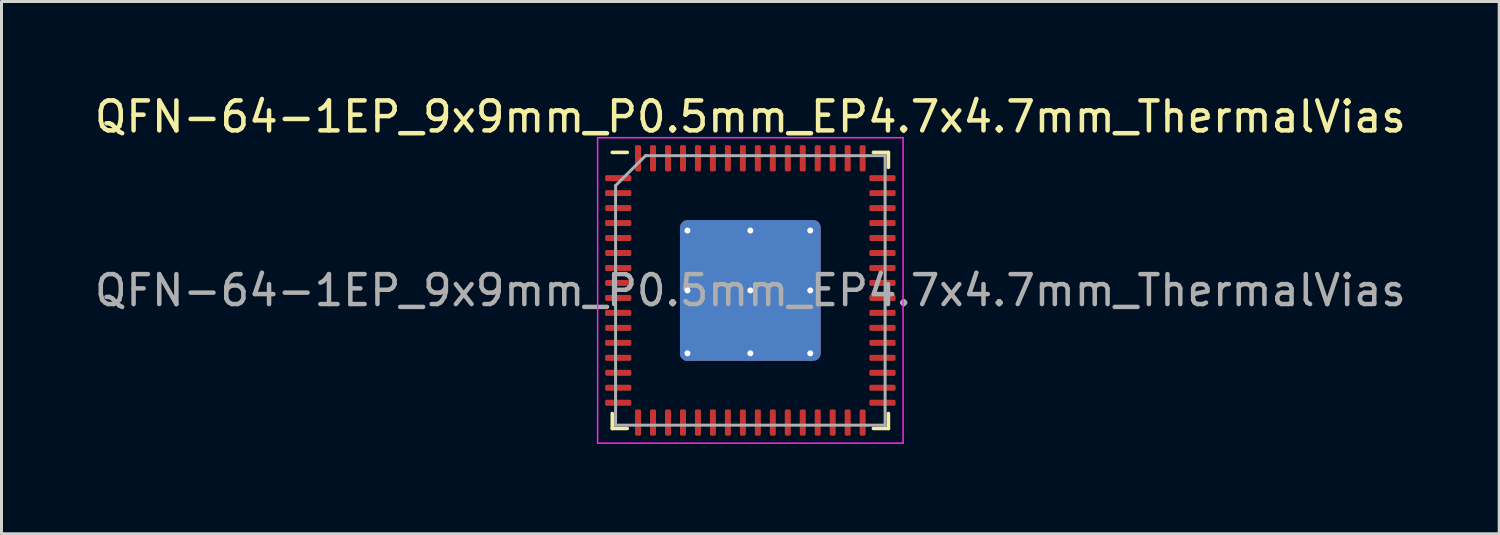
<source format=kicad_pcb>
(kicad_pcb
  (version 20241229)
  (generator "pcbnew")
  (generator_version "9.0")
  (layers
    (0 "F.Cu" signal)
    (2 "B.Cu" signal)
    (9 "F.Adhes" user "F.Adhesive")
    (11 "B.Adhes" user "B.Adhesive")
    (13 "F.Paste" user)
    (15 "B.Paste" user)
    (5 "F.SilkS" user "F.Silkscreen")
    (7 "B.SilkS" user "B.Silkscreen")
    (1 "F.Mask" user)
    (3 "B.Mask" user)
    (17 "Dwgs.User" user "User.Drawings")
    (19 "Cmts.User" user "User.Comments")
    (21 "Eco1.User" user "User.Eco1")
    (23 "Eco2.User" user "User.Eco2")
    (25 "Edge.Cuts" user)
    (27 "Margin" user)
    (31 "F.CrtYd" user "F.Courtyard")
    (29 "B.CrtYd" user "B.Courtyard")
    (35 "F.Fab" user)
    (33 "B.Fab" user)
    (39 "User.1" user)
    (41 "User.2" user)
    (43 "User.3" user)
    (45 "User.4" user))
  (footprint "QFN-64-1EP_9x9mm_P0.5mm_EP4.7x4.7mm_ThermalVias"
    (layer "F.Cu")
    (at 22.006 6.648)
    (property "Reference" "QFN-64-1EP_9x9mm_P0.5mm_EP4.7x4.7mm_ThermalVias" (at 0 -5.8 0) (layer "F.SilkS") (effects (font (size 1 1) (thickness 0.15))))
    (attr smd)
    (fp_line (start -4.61 4.61) (end -4.61 4.11) (stroke (width 0.12) (type solid)) (layer "F.SilkS"))
    (fp_line (start -4.11 -4.61) (end -4.61 -4.61) (stroke (width 0.12) (type solid)) (layer "F.SilkS"))
    (fp_line (start -4.11 4.61) (end -4.61 4.61) (stroke (width 0.12) (type solid)) (layer "F.SilkS"))
    (fp_line (start 4.11 -4.61) (end 4.61 -4.61) (stroke (width 0.12) (type solid)) (layer "F.SilkS"))
    (fp_line (start 4.11 4.61) (end 4.61 4.61) (stroke (width 0.12) (type solid)) (layer "F.SilkS"))
    (fp_line (start 4.61 -4.61) (end 4.61 -4.11) (stroke (width 0.12) (type solid)) (layer "F.SilkS"))
    (fp_line (start 4.61 4.61) (end 4.61 4.11) (stroke (width 0.12) (type solid)) (layer "F.SilkS"))
    (fp_line (start -5.1 -5.1) (end -5.1 5.1) (stroke (width 0.05) (type solid)) (layer "F.CrtYd"))
    (fp_line (start -5.1 5.1) (end 5.1 5.1) (stroke (width 0.05) (type solid)) (layer "F.CrtYd"))
    (fp_line (start 5.1 -5.1) (end -5.1 -5.1) (stroke (width 0.05) (type solid)) (layer "F.CrtYd"))
    (fp_line (start 5.1 5.1) (end 5.1 -5.1) (stroke (width 0.05) (type solid)) (layer "F.CrtYd"))
    (fp_line (start -4.5 -3.5) (end -3.5 -4.5) (stroke (width 0.1) (type solid)) (layer "F.Fab"))
    (fp_line (start -4.5 4.5) (end -4.5 -3.5) (stroke (width 0.1) (type solid)) (layer "F.Fab"))
    (fp_line (start -3.5 -4.5) (end 4.5 -4.5) (stroke (width 0.1) (type solid)) (layer "F.Fab"))
    (fp_line (start 4.5 -4.5) (end 4.5 4.5) (stroke (width 0.1) (type solid)) (layer "F.Fab"))
    (fp_line (start 4.5 4.5) (end -4.5 4.5) (stroke (width 0.1) (type solid)) (layer "F.Fab"))
    (fp_text user "${REFERENCE}" (at 0 0 0) (layer "F.Fab") (effects (font (size 1 1) (thickness 0.15))))
    (pad "" smd roundrect (at -1.4 -1.4) (size 1.263 1.263) (layers "F.Paste") (roundrect_rratio 0.198))
    (pad "" smd roundrect (at -1.4 0) (size 1.263 1.263) (layers "F.Paste") (roundrect_rratio 0.198))
    (pad "" smd roundrect (at -1.4 1.4) (size 1.263 1.263) (layers "F.Paste") (roundrect_rratio 0.198))
    (pad "" smd roundrect (at 0 -1.4) (size 1.263 1.263) (layers "F.Paste") (roundrect_rratio 0.198))
    (pad "" smd roundrect (at 0 0) (size 1.263 1.263) (layers "F.Paste") (roundrect_rratio 0.198))
    (pad "" smd roundrect (at 0 1.4) (size 1.263 1.263) (layers "F.Paste") (roundrect_rratio 0.198))
    (pad "" smd roundrect (at 1.4 -1.4) (size 1.263 1.263) (layers "F.Paste") (roundrect_rratio 0.198))
    (pad "" smd roundrect (at 1.4 0) (size 1.263 1.263) (layers "F.Paste") (roundrect_rratio 0.198))
    (pad "" smd roundrect (at 1.4 1.4) (size 1.263 1.263) (layers "F.Paste") (roundrect_rratio 0.198))
    (pad "1" smd roundrect (at -4.412 -3.75) (size 0.875 0.2) (layers "F.Cu" "F.Mask" "F.Paste") (roundrect_rratio 0.25))
    (pad "2" smd roundrect (at -4.412 -3.25) (size 0.875 0.2) (layers "F.Cu" "F.Mask" "F.Paste") (roundrect_rratio 0.25))
    (pad "3" smd roundrect (at -4.412 -2.75) (size 0.875 0.2) (layers "F.Cu" "F.Mask" "F.Paste") (roundrect_rratio 0.25))
    (pad "4" smd roundrect (at -4.412 -2.25) (size 0.875 0.2) (layers "F.Cu" "F.Mask" "F.Paste") (roundrect_rratio 0.25))
    (pad "5" smd roundrect (at -4.412 -1.75) (size 0.875 0.2) (layers "F.Cu" "F.Mask" "F.Paste") (roundrect_rratio 0.25))
    (pad "6" smd roundrect (at -4.412 -1.25) (size 0.875 0.2) (layers "F.Cu" "F.Mask" "F.Paste") (roundrect_rratio 0.25))
    (pad "7" smd roundrect (at -4.412 -0.75) (size 0.875 0.2) (layers "F.Cu" "F.Mask" "F.Paste") (roundrect_rratio 0.25))
    (pad "8" smd roundrect (at -4.412 -0.25) (size 0.875 0.2) (layers "F.Cu" "F.Mask" "F.Paste") (roundrect_rratio 0.25))
    (pad "9" smd roundrect (at -4.412 0.25) (size 0.875 0.2) (layers "F.Cu" "F.Mask" "F.Paste") (roundrect_rratio 0.25))
    (pad "10" smd roundrect (at -4.412 0.75) (size 0.875 0.2) (layers "F.Cu" "F.Mask" "F.Paste") (roundrect_rratio 0.25))
    (pad "11" smd roundrect (at -4.412 1.25) (size 0.875 0.2) (layers "F.Cu" "F.Mask" "F.Paste") (roundrect_rratio 0.25))
    (pad "12" smd roundrect (at -4.412 1.75) (size 0.875 0.2) (layers "F.Cu" "F.Mask" "F.Paste") (roundrect_rratio 0.25))
    (pad "13" smd roundrect (at -4.412 2.25) (size 0.875 0.2) (layers "F.Cu" "F.Mask" "F.Paste") (roundrect_rratio 0.25))
    (pad "14" smd roundrect (at -4.412 2.75) (size 0.875 0.2) (layers "F.Cu" "F.Mask" "F.Paste") (roundrect_rratio 0.25))
    (pad "15" smd roundrect (at -4.412 3.25) (size 0.875 0.2) (layers "F.Cu" "F.Mask" "F.Paste") (roundrect_rratio 0.25))
    (pad "16" smd roundrect (at -4.412 3.75) (size 0.875 0.2) (layers "F.Cu" "F.Mask" "F.Paste") (roundrect_rratio 0.25))
    (pad "17" smd roundrect (at -3.75 4.412) (size 0.2 0.875) (layers "F.Cu" "F.Mask" "F.Paste") (roundrect_rratio 0.25))
    (pad "18" smd roundrect (at -3.25 4.412) (size 0.2 0.875) (layers "F.Cu" "F.Mask" "F.Paste") (roundrect_rratio 0.25))
    (pad "19" smd roundrect (at -2.75 4.412) (size 0.2 0.875) (layers "F.Cu" "F.Mask" "F.Paste") (roundrect_rratio 0.25))
    (pad "20" smd roundrect (at -2.25 4.412) (size 0.2 0.875) (layers "F.Cu" "F.Mask" "F.Paste") (roundrect_rratio 0.25))
    (pad "21" smd roundrect (at -1.75 4.412) (size 0.2 0.875) (layers "F.Cu" "F.Mask" "F.Paste") (roundrect_rratio 0.25))
    (pad "22" smd roundrect (at -1.25 4.412) (size 0.2 0.875) (layers "F.Cu" "F.Mask" "F.Paste") (roundrect_rratio 0.25))
    (pad "23" smd roundrect (at -0.75 4.412) (size 0.2 0.875) (layers "F.Cu" "F.Mask" "F.Paste") (roundrect_rratio 0.25))
    (pad "24" smd roundrect (at -0.25 4.412) (size 0.2 0.875) (layers "F.Cu" "F.Mask" "F.Paste") (roundrect_rratio 0.25))
    (pad "25" smd roundrect (at 0.25 4.412) (size 0.2 0.875) (layers "F.Cu" "F.Mask" "F.Paste") (roundrect_rratio 0.25))
    (pad "26" smd roundrect (at 0.75 4.412) (size 0.2 0.875) (layers "F.Cu" "F.Mask" "F.Paste") (roundrect_rratio 0.25))
    (pad "27" smd roundrect (at 1.25 4.412) (size 0.2 0.875) (layers "F.Cu" "F.Mask" "F.Paste") (roundrect_rratio 0.25))
    (pad "28" smd roundrect (at 1.75 4.412) (size 0.2 0.875) (layers "F.Cu" "F.Mask" "F.Paste") (roundrect_rratio 0.25))
    (pad "29" smd roundrect (at 2.25 4.412) (size 0.2 0.875) (layers "F.Cu" "F.Mask" "F.Paste") (roundrect_rratio 0.25))
    (pad "30" smd roundrect (at 2.75 4.412) (size 0.2 0.875) (layers "F.Cu" "F.Mask" "F.Paste") (roundrect_rratio 0.25))
    (pad "31" smd roundrect (at 3.25 4.412) (size 0.2 0.875) (layers "F.Cu" "F.Mask" "F.Paste") (roundrect_rratio 0.25))
    (pad "32" smd roundrect (at 3.75 4.412) (size 0.2 0.875) (layers "F.Cu" "F.Mask" "F.Paste") (roundrect_rratio 0.25))
    (pad "33" smd roundrect (at 4.412 3.75) (size 0.875 0.2) (layers "F.Cu" "F.Mask" "F.Paste") (roundrect_rratio 0.25))
    (pad "34" smd roundrect (at 4.412 3.25) (size 0.875 0.2) (layers "F.Cu" "F.Mask" "F.Paste") (roundrect_rratio 0.25))
    (pad "35" smd roundrect (at 4.412 2.75) (size 0.875 0.2) (layers "F.Cu" "F.Mask" "F.Paste") (roundrect_rratio 0.25))
    (pad "36" smd roundrect (at 4.412 2.25) (size 0.875 0.2) (layers "F.Cu" "F.Mask" "F.Paste") (roundrect_rratio 0.25))
    (pad "37" smd roundrect (at 4.412 1.75) (size 0.875 0.2) (layers "F.Cu" "F.Mask" "F.Paste") (roundrect_rratio 0.25))
    (pad "38" smd roundrect (at 4.412 1.25) (size 0.875 0.2) (layers "F.Cu" "F.Mask" "F.Paste") (roundrect_rratio 0.25))
    (pad "39" smd roundrect (at 4.412 0.75) (size 0.875 0.2) (layers "F.Cu" "F.Mask" "F.Paste") (roundrect_rratio 0.25))
    (pad "40" smd roundrect (at 4.412 0.25) (size 0.875 0.2) (layers "F.Cu" "F.Mask" "F.Paste") (roundrect_rratio 0.25))
    (pad "41" smd roundrect (at 4.412 -0.25) (size 0.875 0.2) (layers "F.Cu" "F.Mask" "F.Paste") (roundrect_rratio 0.25))
    (pad "42" smd roundrect (at 4.412 -0.75) (size 0.875 0.2) (layers "F.Cu" "F.Mask" "F.Paste") (roundrect_rratio 0.25))
    (pad "43" smd roundrect (at 4.412 -1.25) (size 0.875 0.2) (layers "F.Cu" "F.Mask" "F.Paste") (roundrect_rratio 0.25))
    (pad "44" smd roundrect (at 4.412 -1.75) (size 0.875 0.2) (layers "F.Cu" "F.Mask" "F.Paste") (roundrect_rratio 0.25))
    (pad "45" smd roundrect (at 4.412 -2.25) (size 0.875 0.2) (layers "F.Cu" "F.Mask" "F.Paste") (roundrect_rratio 0.25))
    (pad "46" smd roundrect (at 4.412 -2.75) (size 0.875 0.2) (layers "F.Cu" "F.Mask" "F.Paste") (roundrect_rratio 0.25))
    (pad "47" smd roundrect (at 4.412 -3.25) (size 0.875 0.2) (layers "F.Cu" "F.Mask" "F.Paste") (roundrect_rratio 0.25))
    (pad "48" smd roundrect (at 4.412 -3.75) (size 0.875 0.2) (layers "F.Cu" "F.Mask" "F.Paste") (roundrect_rratio 0.25))
    (pad "49" smd roundrect (at 3.75 -4.412) (size 0.2 0.875) (layers "F.Cu" "F.Mask" "F.Paste") (roundrect_rratio 0.25))
    (pad "50" smd roundrect (at 3.25 -4.412) (size 0.2 0.875) (layers "F.Cu" "F.Mask" "F.Paste") (roundrect_rratio 0.25))
    (pad "51" smd roundrect (at 2.75 -4.412) (size 0.2 0.875) (layers "F.Cu" "F.Mask" "F.Paste") (roundrect_rratio 0.25))
    (pad "52" smd roundrect (at 2.25 -4.412) (size 0.2 0.875) (layers "F.Cu" "F.Mask" "F.Paste") (roundrect_rratio 0.25))
    (pad "53" smd roundrect (at 1.75 -4.412) (size 0.2 0.875) (layers "F.Cu" "F.Mask" "F.Paste") (roundrect_rratio 0.25))
    (pad "54" smd roundrect (at 1.25 -4.412) (size 0.2 0.875) (layers "F.Cu" "F.Mask" "F.Paste") (roundrect_rratio 0.25))
    (pad "55" smd roundrect (at 0.75 -4.412) (size 0.2 0.875) (layers "F.Cu" "F.Mask" "F.Paste") (roundrect_rratio 0.25))
    (pad "56" smd roundrect (at 0.25 -4.412) (size 0.2 0.875) (layers "F.Cu" "F.Mask" "F.Paste") (roundrect_rratio 0.25))
    (pad "57" smd roundrect (at -0.25 -4.412) (size 0.2 0.875) (layers "F.Cu" "F.Mask" "F.Paste") (roundrect_rratio 0.25))
    (pad "58" smd roundrect (at -0.75 -4.412) (size 0.2 0.875) (layers "F.Cu" "F.Mask" "F.Paste") (roundrect_rratio 0.25))
    (pad "59" smd roundrect (at -1.25 -4.412) (size 0.2 0.875) (layers "F.Cu" "F.Mask" "F.Paste") (roundrect_rratio 0.25))
    (pad "60" smd roundrect (at -1.75 -4.412) (size 0.2 0.875) (layers "F.Cu" "F.Mask" "F.Paste") (roundrect_rratio 0.25))
    (pad "61" smd roundrect (at -2.25 -4.412) (size 0.2 0.875) (layers "F.Cu" "F.Mask" "F.Paste") (roundrect_rratio 0.25))
    (pad "62" smd roundrect (at -2.75 -4.412) (size 0.2 0.875) (layers "F.Cu" "F.Mask" "F.Paste") (roundrect_rratio 0.25))
    (pad "63" smd roundrect (at -3.25 -4.412) (size 0.2 0.875) (layers "F.Cu" "F.Mask" "F.Paste") (roundrect_rratio 0.25))
    (pad "64" smd roundrect (at -3.75 -4.412) (size 0.2 0.875) (layers "F.Cu" "F.Mask" "F.Paste") (roundrect_rratio 0.25))
    (pad "65" thru_hole circle (at -2.1 -2) (size 0.5 0.5) (drill 0.2) (layers "*.Cu"))
    (pad "65" thru_hole circle (at -2.1 0) (size 0.5 0.5) (drill 0.2) (layers "*.Cu"))
    (pad "65" thru_hole circle (at -2.1 2.1) (size 0.5 0.5) (drill 0.2) (layers "*.Cu"))
    (pad "65" thru_hole circle (at 0 -2) (size 0.5 0.5) (drill 0.2) (layers "*.Cu"))
    (pad "65" thru_hole circle (at 0 0) (size 0.5 0.5) (drill 0.2) (layers "*.Cu"))
    (pad "65" smd roundrect (at 0 0) (size 4.7 4.7) (layers "F.Cu" "F.Mask") (roundrect_rratio 0.053))
    (pad "65" smd roundrect (at 0 0) (size 4.7 4.7) (layers "B.Cu") (roundrect_rratio 0.053))
    (pad "65" thru_hole circle (at 0 2.1) (size 0.5 0.5) (drill 0.2) (layers "*.Cu"))
    (pad "65" thru_hole circle (at 2 -2) (size 0.5 0.5) (drill 0.2) (layers "*.Cu"))
    (pad "65" thru_hole circle (at 2 0) (size 0.5 0.5) (drill 0.2) (layers "*.Cu"))
    (pad "65" thru_hole circle (at 2 2.1) (size 0.5 0.5) (drill 0.2) (layers "*.Cu")))
  (gr_rect
    (start -3 -3)
    (end 47.012 14.773)
    (stroke (width 0.1) (type default))
    (fill no)
    (layer "Edge.Cuts")))
</source>
